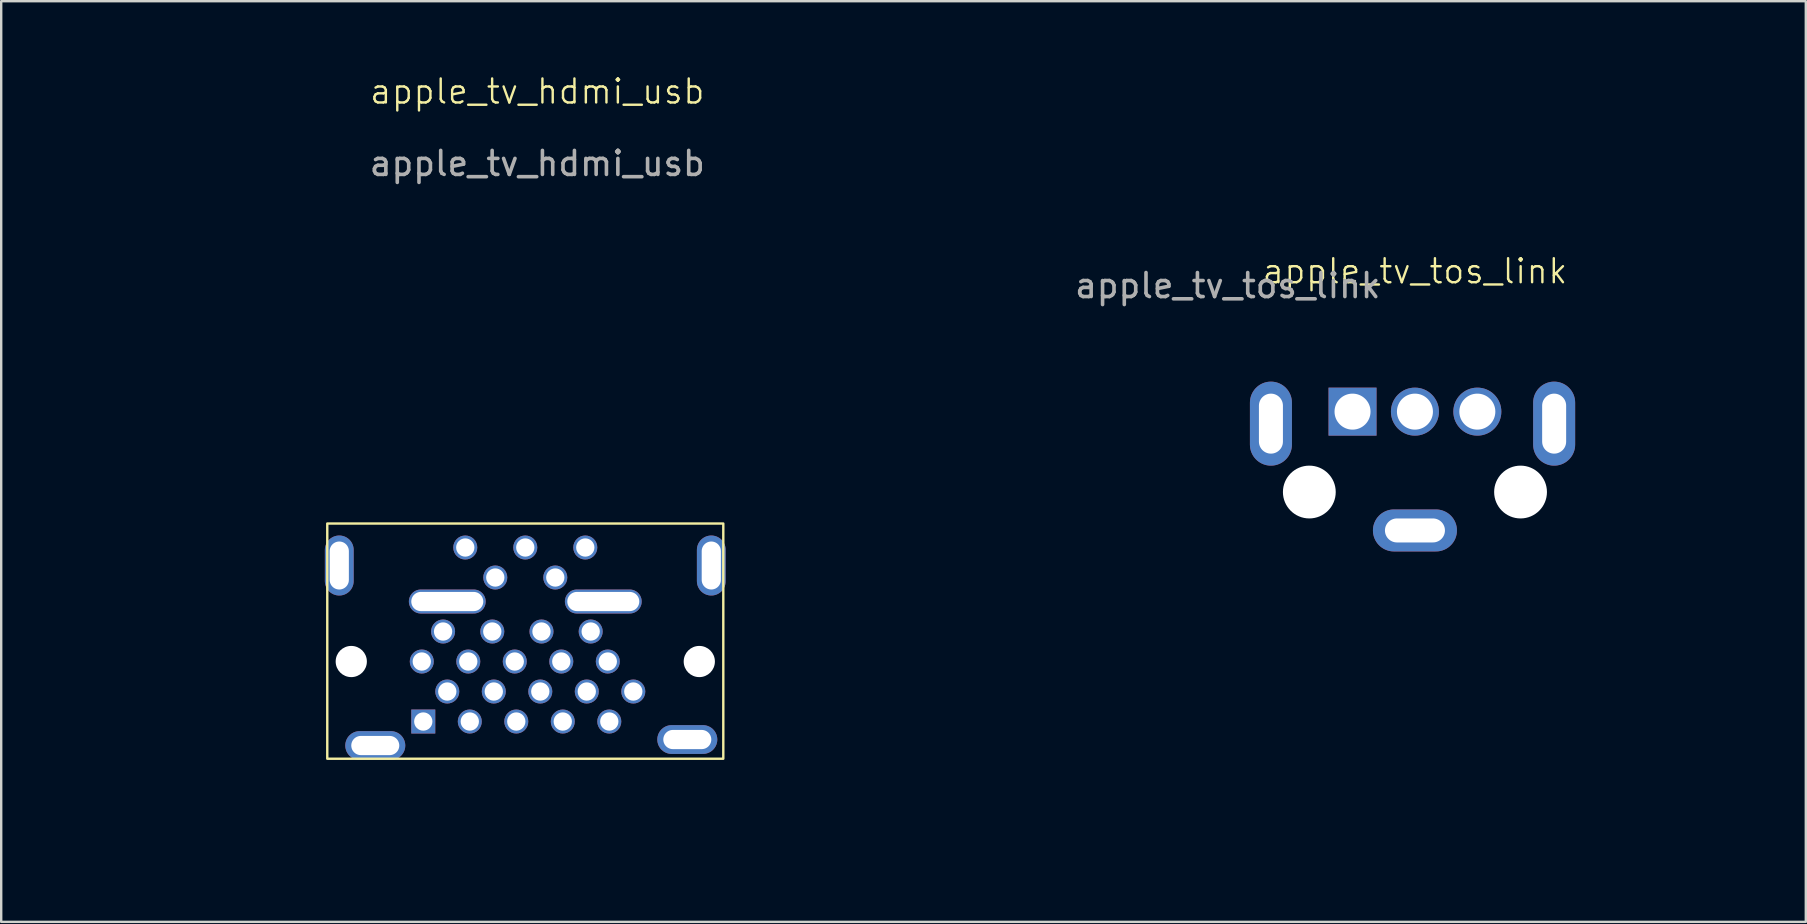
<source format=kicad_pcb>
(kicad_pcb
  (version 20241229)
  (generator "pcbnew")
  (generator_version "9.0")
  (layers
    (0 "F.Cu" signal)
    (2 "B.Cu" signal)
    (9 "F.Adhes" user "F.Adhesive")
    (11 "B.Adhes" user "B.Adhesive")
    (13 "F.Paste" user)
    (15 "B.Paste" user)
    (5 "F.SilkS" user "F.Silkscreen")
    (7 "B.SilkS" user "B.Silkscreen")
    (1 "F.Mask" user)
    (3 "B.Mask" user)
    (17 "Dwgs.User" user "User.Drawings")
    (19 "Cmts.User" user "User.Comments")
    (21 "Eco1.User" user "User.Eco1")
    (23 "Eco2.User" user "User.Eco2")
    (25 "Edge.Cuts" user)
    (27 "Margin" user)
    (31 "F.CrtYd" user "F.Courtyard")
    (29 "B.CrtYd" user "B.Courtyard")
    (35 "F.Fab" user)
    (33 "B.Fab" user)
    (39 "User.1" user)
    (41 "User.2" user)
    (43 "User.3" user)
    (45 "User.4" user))
  (footprint "apple_tv_tos_link"
    (layer "F.Cu")
    (at 55.901 12.05)
    (property "Reference" "apple_tv_tos_link" (at 0 -3.8 0) (unlocked yes) (layer "F.SilkS") (effects (font (size 1 1) (thickness 0.1))))
    (attr through_hole)
    (fp_line (start -6 0) (end 5.8 0) (stroke (width 0.1) (type default)) (layer "Margin"))
    (fp_rect (start -6 0) (end 5.85 7) (stroke (width 0.1) (type default)) (fill no) (layer "Margin"))
    (fp_rect (start -5.075 -12) (end 5 0) (stroke (width 0.1) (type default)) (fill no) (layer "Margin"))
    (fp_text user "${REFERENCE}" (at -7.8 -3.2 0) (unlocked yes) (layer "F.Fab") (effects (font (size 1 1) (thickness 0.15))))
    (dimension (type aligned) (layer "User.1") (pts (xy 49.901 19.05) (xy 61.701 19.05)) (height 6.2) (format (prefix "") (suffix "") (units 3) (units_format 1) (precision 4)) (style (thickness 0.1) (arrow_length 1.27) (text_position_mode 0) (arrow_direction outward) (extension_height 0.586) (extension_offset 0.5) (keep_text_aligned yes)) (gr_text "11.8000 mm" (at 55.801 24.1 0) (layer "User.1") (effects (font (size 1 1) (thickness 0.15)))))
    (dimension (type aligned) (layer "User.1") (pts (xy 61.151 12.05) (xy 61.151 0.05)) (height 4.25) (format (prefix "") (suffix "") (units 3) (units_format 1) (precision 4)) (style (thickness 0.1) (arrow_length 1.27) (text_position_mode 0) (arrow_direction outward) (extension_height 0.586) (extension_offset 0.5) (keep_text_aligned yes)) (gr_text "12.0000 mm" (at 64.251 6.05 90) (layer "User.1") (effects (font (size 1 1) (thickness 0.15)))))
    (dimension (type aligned) (layer "User.1") (pts (xy 49.901 12.9) (xy 49.901 12.05)) (height -2.4) (format (prefix "") (suffix "") (units 3) (units_format 1) (precision 4)) (style (thickness 0.1) (arrow_length 1.27) (text_position_mode 0) (arrow_direction outward) (extension_height 0.586) (extension_offset 0.5) (keep_text_aligned yes)) (gr_text "0.8500 mm" (at 46.351 12.475 90) (layer "User.1") (effects (font (size 1 1) (thickness 0.15)))))
    (dimension (type aligned) (layer "User.1") (pts (xy 55.901 14.45) (xy 58.501 14.45)) (height -2.8) (format (prefix "") (suffix "") (units 3) (units_format 1) (precision 4)) (style (thickness 0.1) (arrow_length 1.27) (text_position_mode 0) (arrow_direction outward) (extension_height 0.586) (extension_offset 0.5) (keep_text_aligned yes)) (gr_text "2.6000 mm" (at 57.201 10.5 0) (layer "User.1") (effects (font (size 1 1) (thickness 0.15)))))
    (dimension (type aligned) (layer "User.1") (pts (xy 61.151 12.05) (xy 61.151 19.05)) (height -4.25) (format (prefix "") (suffix "") (units 3) (units_format 1) (precision 4)) (style (thickness 0.1) (arrow_length 1.27) (text_position_mode 0) (arrow_direction outward) (extension_height 0.586) (extension_offset 0.5) (keep_text_aligned yes)) (gr_text "7.0000 mm" (at 64.251 15.55 90) (layer "User.1") (effects (font (size 1 1) (thickness 0.15)))))
    (pad "" np_thru_hole oval (at -6 2.55 90) (size 3.5 1.75) (drill oval 2.5 1) (layers "*.Cu" "*.Mask"))
    (pad "" np_thru_hole circle (at -4.4 5.4) (size 2.2 2.2) (drill 2.2) (layers "*.Cu" "*.Mask"))
    (pad "" np_thru_hole oval (at 0 7) (size 3.5 1.75) (drill oval 2.5 1) (layers "*.Cu" "*.Mask"))
    (pad "" np_thru_hole circle (at 4.4 5.4) (size 2.2 2.2) (drill 2.2) (layers "*.Cu" "*.Mask"))
    (pad "" np_thru_hole oval (at 5.8 2.55 90) (size 3.5 1.75) (drill oval 2.5 1) (layers "*.Cu" "*.Mask"))
    (pad "1" thru_hole rect (at -2.6 2.05) (size 2 2) (drill 1.5) (layers "*.Cu" "*.Mask"))
    (pad "2" thru_hole circle (at 0 2.05) (size 2 2) (drill 1.5) (layers "*.Cu" "*.Mask"))
    (pad "3" thru_hole circle (at 2.6 2.05) (size 2 2) (drill 1.5) (layers "*.Cu" "*.Mask")))
  (footprint "apple_tv_hdmi_usb"
    (layer "F.Cu")
    (at 18.835 18.761)
    (property "Reference" "apple_tv_hdmi_usb" (at 0.5 -18 0) (unlocked yes) (layer "F.SilkS") (effects (font (size 1 1) (thickness 0.1))))
    (attr through_hole)
    (fp_rect (start -8.25 0) (end 8.25 9.8) (stroke (width 0.1) (type default)) (fill no) (layer "F.SilkS"))
    (fp_rect (start -8.25 -10.25) (end 8.25 9.75) (stroke (width 0.1) (type default)) (fill no) (layer "Margin"))
    (fp_text user "${REFERENCE}" (at 0.5 -15 0) (unlocked yes) (layer "F.Fab") (effects (font (size 1 1) (thickness 0.15))))
    (dimension (type aligned) (layer "User.1") (pts (xy 10.585 28.561) (xy 10.585 18.761)) (height -3.75) (format (prefix "") (suffix "") (units 3) (units_format 1) (precision 4)) (style (thickness 0.1) (arrow_length 1.27) (text_position_mode 0) (arrow_direction outward) (extension_height 0.586) (extension_offset 0.5) (keep_text_aligned yes)) (gr_text "9.8000 mm" (at 5.685 23.66 90) (layer "User.1") (effects (font (size 1 1) (thickness 0.15)))))
    (dimension (type aligned) (layer "User.1") (pts (xy 24.585 28.511) (xy 24.585 27.511)) (height -14.5) (format (prefix "") (suffix "") (units 3) (units_format 1) (precision 4)) (style (thickness 0.1) (arrow_length 1.27) (text_position_mode 2) (arrow_direction outward) (extension_height 0.586) (extension_offset 0.5) (keep_text_aligned yes)) (gr_text "1.0000 mm" (at 10.085 31.511 90) (layer "User.1") (effects (font (size 1 1) (thickness 0.15)))))
    (dimension (type aligned) (layer "User.1") (pts (xy 23.335 25.761) (xy 23.335 26.761)) (height -6.25) (format (prefix "") (suffix "") (units 3) (units_format 1) (precision 4)) (style (thickness 0.1) (arrow_length 1.27) (text_position_mode 0) (arrow_direction outward) (extension_height 0.586) (extension_offset 0.5) (keep_text_aligned yes)) (gr_text "1.0000 mm" (at 28.435 26.261 90) (layer "User.1") (effects (font (size 1 1) (thickness 0.15)))))
    (dimension (type aligned) (layer "User.1") (pts (xy 27.085 8.511) (xy 27.085 28.561)) (height -7.75) (format (prefix "") (suffix "") (units 3) (units_format 1) (precision 4)) (style (thickness 0.1) (arrow_length 1.27) (text_position_mode 0) (arrow_direction outward) (extension_height 0.586) (extension_offset 0.5) (keep_text_aligned yes)) (gr_text "20.0500 mm" (at 33.685 18.535 90) (layer "User.1") (effects (font (size 1 1) (thickness 0.15)))))
    (dimension (type aligned) (layer "User.1") (pts (xy 11.085 18.761) (xy 11.085 19.261)) (height -19.25) (format (prefix "") (suffix "") (units 3) (units_format 1) (precision 4)) (style (thickness 0.1) (arrow_length 1.27) (text_position_mode 0) (arrow_direction outward) (extension_height 0.586) (extension_offset 0.5) (keep_text_aligned yes)) (gr_text "0.5000 mm" (at 29.185 19.011 90) (layer "User.1") (effects (font (size 1 1) (thickness 0.15)))))
    (dimension (type aligned) (layer "User.1") (pts (xy 10.585 8.511) (xy 27.085 8.511)) (height -2.25) (format (prefix "") (suffix "") (units 3) (units_format 1) (precision 4)) (style (thickness 0.1) (arrow_length 1.27) (text_position_mode 0) (arrow_direction outward) (extension_height 0.586) (extension_offset 0.5) (keep_text_aligned yes)) (gr_text "16.5000 mm" (at 18.835 5.111 0) (layer "User.1") (effects (font (size 1 1) (thickness 0.15)))))
    (dimension (type aligned) (layer "User.1") (pts (xy 10.585 18.761) (xy 10.585 8.261)) (height -4.5) (format (prefix "") (suffix "") (units 3) (units_format 1) (precision 4)) (style (thickness 0.1) (arrow_length 1.27) (text_position_mode 0) (arrow_direction outward) (extension_height 0.586) (extension_offset 0.5) (keep_text_aligned yes)) (gr_text "10.5000 mm" (at 4.935 13.511 90) (layer "User.1") (effects (font (size 1 1) (thickness 0.15)))))
    (dimension (type aligned) (layer "User.1") (pts (xy 15.41 24.011) (xy 21.56 24.011)) (height 6.5) (format (prefix "") (suffix "") (units 3) (units_format 1) (precision 4)) (style (thickness 0.1) (arrow_length 1.27) (text_position_mode 0) (arrow_direction outward) (extension_height 0.586) (extension_offset 0.5) (keep_text_aligned yes)) (gr_text "6.1500 mm" (at 18.485 29.36 0) (layer "User.1") (effects (font (size 1 1) (thickness 0.15)))))
    (pad "" np_thru_hole circle (at -7.25 5.75 90) (size 1.3 1.3) (drill 1.3) (layers "*.Cu" "*.Mask"))
    (pad "" np_thru_hole circle (at 7.25 5.75 90) (size 1.3 1.3) (drill 1.3) (layers "*.Cu" "*.Mask"))
    (pad "1" thru_hole rect (at -4.25 8.25) (size 1 1) (drill 0.762) (layers "*.Cu" "*.Mask"))
    (pad "2" thru_hole circle (at -3.25 7) (size 1 1) (drill 0.762) (layers "*.Cu" "*.Mask"))
    (pad "3" thru_hole circle (at -4.312 5.75) (size 1 1) (drill 0.762) (layers "*.Cu" "*.Mask"))
    (pad "4" thru_hole circle (at -3.425 4.5) (size 1 1) (drill 0.762) (layers "*.Cu" "*.Mask"))
    (pad "5" thru_hole circle (at -2.312 8.25) (size 1 1) (drill 0.762) (layers "*.Cu" "*.Mask"))
    (pad "6" thru_hole circle (at -2.375 5.75) (size 1 1) (drill 0.762) (layers "*.Cu" "*.Mask"))
    (pad "7" thru_hole circle (at -1.312 7) (size 1 1) (drill 0.762) (layers "*.Cu" "*.Mask"))
    (pad "8" thru_hole circle (at -1.375 4.5) (size 1 1) (drill 0.762) (layers "*.Cu" "*.Mask"))
    (pad "9" thru_hole circle (at -0.375 8.25) (size 1 1) (drill 0.762) (layers "*.Cu" "*.Mask"))
    (pad "10" thru_hole circle (at -0.438 5.75) (size 1 1) (drill 0.762) (layers "*.Cu" "*.Mask"))
    (pad "11" thru_hole circle (at 0.625 7) (size 1 1) (drill 0.762) (layers "*.Cu" "*.Mask"))
    (pad "12" thru_hole circle (at 0.675 4.5) (size 1 1) (drill 0.762) (layers "*.Cu" "*.Mask"))
    (pad "13" thru_hole circle (at 1.562 8.25) (size 1 1) (drill 0.762) (layers "*.Cu" "*.Mask"))
    (pad "14" thru_hole circle (at 1.5 5.75) (size 1 1) (drill 0.762) (layers "*.Cu" "*.Mask"))
    (pad "15" thru_hole circle (at 2.562 7) (size 1 1) (drill 0.762) (layers "*.Cu" "*.Mask"))
    (pad "16" thru_hole circle (at 2.725 4.5) (size 1 1) (drill 0.762) (layers "*.Cu" "*.Mask"))
    (pad "17" thru_hole circle (at 3.5 8.25) (size 1 1) (drill 0.762) (layers "*.Cu" "*.Mask"))
    (pad "18" thru_hole circle (at 3.438 5.75) (size 1 1) (drill 0.762) (layers "*.Cu" "*.Mask"))
    (pad "19" thru_hole circle (at 4.5 7) (size 1 1) (drill 0.762) (layers "*.Cu" "*.Mask"))
    (pad "20" thru_hole circle (at -2.5 1) (size 1 1) (drill 0.762) (layers "*.Cu" "*.Mask"))
    (pad "21" thru_hole circle (at 0 1) (size 1 1) (drill 0.762) (layers "*.Cu" "*.Mask"))
    (pad "22" thru_hole circle (at -1.25 2.25) (size 1 1) (drill 0.762) (layers "*.Cu" "*.Mask"))
    (pad "23" thru_hole circle (at 1.25 2.25) (size 1 1) (drill 0.762) (layers "*.Cu" "*.Mask"))
    (pad "24" thru_hole circle (at 2.5 1) (size 1 1) (drill 0.762) (layers "*.Cu" "*.Mask"))
    (pad "25" thru_hole oval (at -7.75 1.75 90) (size 2.5 1.2) (drill oval 2 0.8) (layers "*.Cu" "*.Mask"))
    (pad "25" thru_hole oval (at -6.25 9.25) (size 2.5 1.2) (drill oval 2 0.8) (layers "*.Cu" "*.Mask"))
    (pad "25" thru_hole oval (at -3.25 3.25) (size 3.2 1) (drill oval 3 0.8) (layers "*.Cu" "*.Mask"))
    (pad "25" thru_hole oval (at 3.25 3.25) (size 3.2 1) (drill oval 3 0.8) (layers "*.Cu" "*.Mask"))
    (pad "25" thru_hole oval (at 6.75 9) (size 2.5 1.2) (drill oval 2 0.8) (layers "*.Cu" "*.Mask"))
    (pad "25" thru_hole oval (at 7.75 1.75 90) (size 2.5 1.2) (drill oval 2 0.8) (layers "*.Cu" "*.Mask")))
  (gr_rect
    (start -3 -3)
    (end 72.186 35.359)
    (stroke (width 0.1) (type default))
    (fill no)
    (layer "Edge.Cuts")))
</source>
